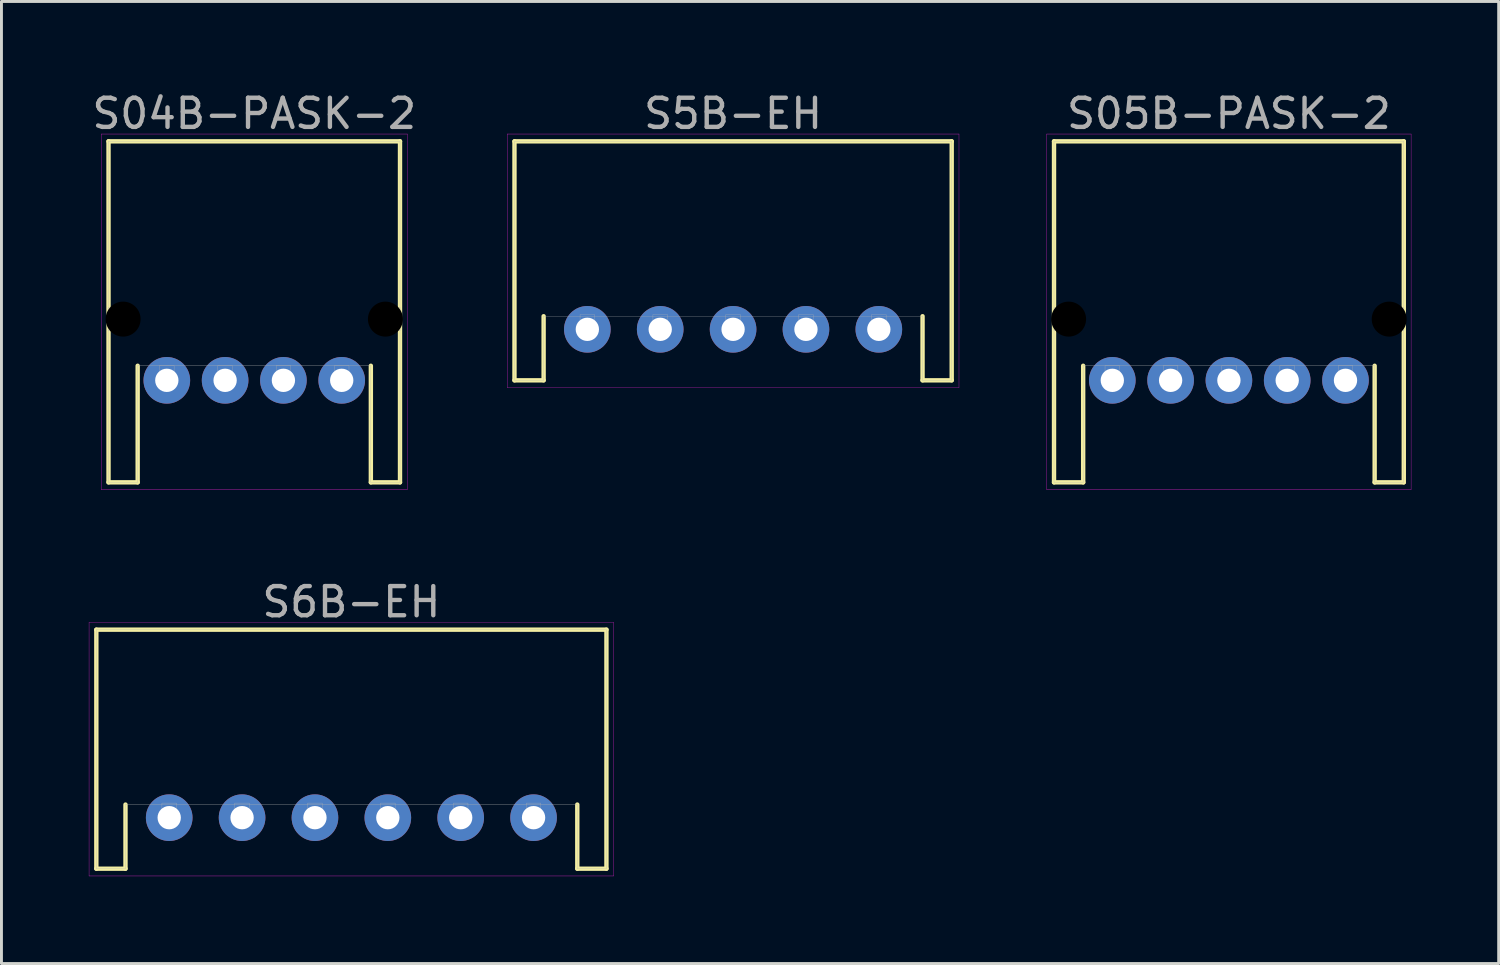
<source format=kicad_pcb>
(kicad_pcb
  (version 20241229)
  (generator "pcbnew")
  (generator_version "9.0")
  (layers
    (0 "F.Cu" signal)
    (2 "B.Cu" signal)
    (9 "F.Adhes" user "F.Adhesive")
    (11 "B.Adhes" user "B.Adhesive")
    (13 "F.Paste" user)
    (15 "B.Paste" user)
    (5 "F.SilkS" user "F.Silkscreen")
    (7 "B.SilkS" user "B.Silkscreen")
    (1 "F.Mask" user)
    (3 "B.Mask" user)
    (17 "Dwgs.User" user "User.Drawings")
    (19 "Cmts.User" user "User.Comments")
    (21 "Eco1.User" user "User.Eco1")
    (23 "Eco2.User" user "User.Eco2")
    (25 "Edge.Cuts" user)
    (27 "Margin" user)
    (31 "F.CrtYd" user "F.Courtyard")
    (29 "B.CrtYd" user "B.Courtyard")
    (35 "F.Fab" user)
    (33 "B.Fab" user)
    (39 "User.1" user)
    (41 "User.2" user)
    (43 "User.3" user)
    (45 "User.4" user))
  (footprint "S5B-EH"
    (layer "F.Cu")
    (at 22.1 8.248)
    (property "Reference" "S5B-EH" (at 0 -7.4 0) (layer "F.Fab") (effects (font (size 1 1) (thickness 0.15))))
    (attr through_hole)
    (fp_line (start -7.5 -6.45) (end -7.5 1.75) (stroke (width 0.15) (type solid)) (layer "F.SilkS"))
    (fp_line (start -7.5 -6.45) (end 7.5 -6.45) (stroke (width 0.15) (type solid)) (layer "F.SilkS"))
    (fp_line (start -7.5 1.75) (end -6.5 1.75) (stroke (width 0.15) (type solid)) (layer "F.SilkS"))
    (fp_line (start -6.5 1.75) (end -6.5 -0.45) (stroke (width 0.15) (type solid)) (layer "F.SilkS"))
    (fp_line (start 6.5 1.75) (end 6.5 -0.45) (stroke (width 0.15) (type solid)) (layer "F.SilkS"))
    (fp_line (start 7.5 -6.45) (end 7.5 1.75) (stroke (width 0.15) (type solid)) (layer "F.SilkS"))
    (fp_line (start 7.5 1.75) (end 6.5 1.75) (stroke (width 0.15) (type solid)) (layer "F.SilkS"))
    (fp_line (start -7.75 -6.7) (end 7.75 -6.7) (stroke (width 0.01) (type solid)) (layer "F.CrtYd"))
    (fp_line (start -7.75 2) (end -7.75 -6.7) (stroke (width 0.01) (type solid)) (layer "F.CrtYd"))
    (fp_line (start 7.75 -6.7) (end 7.75 2) (stroke (width 0.01) (type solid)) (layer "F.CrtYd"))
    (fp_line (start 7.75 2) (end -7.75 2) (stroke (width 0.01) (type solid)) (layer "F.CrtYd"))
    (fp_line (start -7.5 -6.45) (end -7.5 1.75) (stroke (width 0.01) (type solid)) (layer "F.Fab"))
    (fp_line (start -7.5 -6.45) (end 7.5 -6.45) (stroke (width 0.01) (type solid)) (layer "F.Fab"))
    (fp_line (start -7.5 1.75) (end -6.5 1.75) (stroke (width 0.01) (type solid)) (layer "F.Fab"))
    (fp_line (start -6.5 1.75) (end -6.5 -0.45) (stroke (width 0.01) (type solid)) (layer "F.Fab"))
    (fp_line (start -5.25 -0.5) (end -4.75 -0.5) (stroke (width 0.01) (type solid)) (layer "F.Fab"))
    (fp_line (start -5.25 -0.25) (end -4.75 -0.25) (stroke (width 0.01) (type solid)) (layer "F.Fab"))
    (fp_line (start -5.25 0.25) (end -5.25 -0.5) (stroke (width 0.01) (type solid)) (layer "F.Fab"))
    (fp_line (start -4.75 -0.5) (end -4.75 0.25) (stroke (width 0.01) (type solid)) (layer "F.Fab"))
    (fp_line (start -4.75 0.25) (end -5.25 0.25) (stroke (width 0.01) (type solid)) (layer "F.Fab"))
    (fp_line (start -2.75 -0.5) (end -2.25 -0.5) (stroke (width 0.01) (type solid)) (layer "F.Fab"))
    (fp_line (start -2.75 -0.25) (end -2.25 -0.25) (stroke (width 0.01) (type solid)) (layer "F.Fab"))
    (fp_line (start -2.75 0.25) (end -2.75 -0.5) (stroke (width 0.01) (type solid)) (layer "F.Fab"))
    (fp_line (start -2.25 -0.5) (end -2.25 0.25) (stroke (width 0.01) (type solid)) (layer "F.Fab"))
    (fp_line (start -2.25 0.25) (end -2.75 0.25) (stroke (width 0.01) (type solid)) (layer "F.Fab"))
    (fp_line (start -0.25 -0.5) (end 0.25 -0.5) (stroke (width 0.01) (type solid)) (layer "F.Fab"))
    (fp_line (start -0.25 -0.25) (end 0.25 -0.25) (stroke (width 0.01) (type solid)) (layer "F.Fab"))
    (fp_line (start -0.25 0.25) (end -0.25 -0.5) (stroke (width 0.01) (type solid)) (layer "F.Fab"))
    (fp_line (start 0.25 -0.5) (end 0.25 0.25) (stroke (width 0.01) (type solid)) (layer "F.Fab"))
    (fp_line (start 0.25 0.25) (end -0.25 0.25) (stroke (width 0.01) (type solid)) (layer "F.Fab"))
    (fp_line (start 2.25 -0.5) (end 2.75 -0.5) (stroke (width 0.01) (type solid)) (layer "F.Fab"))
    (fp_line (start 2.25 -0.25) (end 2.75 -0.25) (stroke (width 0.01) (type solid)) (layer "F.Fab"))
    (fp_line (start 2.25 0.25) (end 2.25 -0.5) (stroke (width 0.01) (type solid)) (layer "F.Fab"))
    (fp_line (start 2.75 -0.5) (end 2.75 0.25) (stroke (width 0.01) (type solid)) (layer "F.Fab"))
    (fp_line (start 2.75 0.25) (end 2.25 0.25) (stroke (width 0.01) (type solid)) (layer "F.Fab"))
    (fp_line (start 4.75 -0.5) (end 5.25 -0.5) (stroke (width 0.01) (type solid)) (layer "F.Fab"))
    (fp_line (start 4.75 -0.25) (end 5.25 -0.25) (stroke (width 0.01) (type solid)) (layer "F.Fab"))
    (fp_line (start 4.75 0.25) (end 4.75 -0.5) (stroke (width 0.01) (type solid)) (layer "F.Fab"))
    (fp_line (start 5.25 -0.5) (end 5.25 0.25) (stroke (width 0.01) (type solid)) (layer "F.Fab"))
    (fp_line (start 5.25 0.25) (end 4.75 0.25) (stroke (width 0.01) (type solid)) (layer "F.Fab"))
    (fp_line (start 6.5 -0.45) (end -6.5 -0.45) (stroke (width 0.01) (type solid)) (layer "F.Fab"))
    (fp_line (start 6.5 1.75) (end 6.5 -0.45) (stroke (width 0.01) (type solid)) (layer "F.Fab"))
    (fp_line (start 7.5 -6.45) (end 7.5 1.75) (stroke (width 0.01) (type solid)) (layer "F.Fab"))
    (fp_line (start 7.5 1.75) (end 6.5 1.75) (stroke (width 0.01) (type solid)) (layer "F.Fab"))
    (pad "1" thru_hole circle (at 5 0) (size 1.6 1.6) (drill 0.8) (layers "*.Cu" "*.Mask"))
    (pad "2" thru_hole circle (at 2.5 0) (size 1.6 1.6) (drill 0.8) (layers "*.Cu" "*.Mask"))
    (pad "3" thru_hole circle (at 0 0) (size 1.6 1.6) (drill 0.8) (layers "*.Cu" "*.Mask"))
    (pad "4" thru_hole circle (at -2.5 0) (size 1.6 1.6) (drill 0.8) (layers "*.Cu" "*.Mask"))
    (pad "5" thru_hole circle (at -5 0) (size 1.6 1.6) (drill 0.8) (layers "*.Cu" "*.Mask")))
  (footprint "S6B-EH"
    (layer "F.Cu")
    (at 9.005 25.002)
    (property "Reference" "S6B-EH" (at 0 -7.4 0) (layer "F.Fab") (effects (font (size 1 1) (thickness 0.15))))
    (attr through_hole)
    (fp_line (start -8.75 -6.45) (end -8.75 1.75) (stroke (width 0.15) (type solid)) (layer "F.SilkS"))
    (fp_line (start -8.75 -6.45) (end 8.75 -6.45) (stroke (width 0.15) (type solid)) (layer "F.SilkS"))
    (fp_line (start -8.75 1.75) (end -7.75 1.75) (stroke (width 0.15) (type solid)) (layer "F.SilkS"))
    (fp_line (start -7.75 1.75) (end -7.75 -0.45) (stroke (width 0.15) (type solid)) (layer "F.SilkS"))
    (fp_line (start 7.75 1.75) (end 7.75 -0.45) (stroke (width 0.15) (type solid)) (layer "F.SilkS"))
    (fp_line (start 8.75 -6.45) (end 8.75 1.75) (stroke (width 0.15) (type solid)) (layer "F.SilkS"))
    (fp_line (start 8.75 1.75) (end 7.75 1.75) (stroke (width 0.15) (type solid)) (layer "F.SilkS"))
    (fp_line (start -9 -6.7) (end 9 -6.7) (stroke (width 0.01) (type solid)) (layer "F.CrtYd"))
    (fp_line (start -9 2) (end -9 -6.7) (stroke (width 0.01) (type solid)) (layer "F.CrtYd"))
    (fp_line (start 9 -6.7) (end 9 2) (stroke (width 0.01) (type solid)) (layer "F.CrtYd"))
    (fp_line (start 9 2) (end -9 2) (stroke (width 0.01) (type solid)) (layer "F.CrtYd"))
    (fp_line (start -8.75 -6.45) (end -8.75 1.75) (stroke (width 0.01) (type solid)) (layer "F.Fab"))
    (fp_line (start -8.75 -6.45) (end 8.75 -6.45) (stroke (width 0.01) (type solid)) (layer "F.Fab"))
    (fp_line (start -8.75 1.75) (end -7.75 1.75) (stroke (width 0.01) (type solid)) (layer "F.Fab"))
    (fp_line (start -7.75 1.75) (end -7.75 -0.45) (stroke (width 0.01) (type solid)) (layer "F.Fab"))
    (fp_line (start -6.5 -0.5) (end -6 -0.5) (stroke (width 0.01) (type solid)) (layer "F.Fab"))
    (fp_line (start -6.5 -0.25) (end -6 -0.25) (stroke (width 0.01) (type solid)) (layer "F.Fab"))
    (fp_line (start -6.5 0.25) (end -6.5 -0.5) (stroke (width 0.01) (type solid)) (layer "F.Fab"))
    (fp_line (start -6 -0.5) (end -6 0.25) (stroke (width 0.01) (type solid)) (layer "F.Fab"))
    (fp_line (start -6 0.25) (end -6.5 0.25) (stroke (width 0.01) (type solid)) (layer "F.Fab"))
    (fp_line (start -4 -0.5) (end -3.5 -0.5) (stroke (width 0.01) (type solid)) (layer "F.Fab"))
    (fp_line (start -4 -0.25) (end -3.5 -0.25) (stroke (width 0.01) (type solid)) (layer "F.Fab"))
    (fp_line (start -4 0.25) (end -4 -0.5) (stroke (width 0.01) (type solid)) (layer "F.Fab"))
    (fp_line (start -3.5 -0.5) (end -3.5 0.25) (stroke (width 0.01) (type solid)) (layer "F.Fab"))
    (fp_line (start -3.5 0.25) (end -4 0.25) (stroke (width 0.01) (type solid)) (layer "F.Fab"))
    (fp_line (start -1.5 -0.5) (end -1 -0.5) (stroke (width 0.01) (type solid)) (layer "F.Fab"))
    (fp_line (start -1.5 -0.25) (end -1 -0.25) (stroke (width 0.01) (type solid)) (layer "F.Fab"))
    (fp_line (start -1.5 0.25) (end -1.5 -0.5) (stroke (width 0.01) (type solid)) (layer "F.Fab"))
    (fp_line (start -1 -0.5) (end -1 0.25) (stroke (width 0.01) (type solid)) (layer "F.Fab"))
    (fp_line (start -1 0.25) (end -1.5 0.25) (stroke (width 0.01) (type solid)) (layer "F.Fab"))
    (fp_line (start 1 -0.5) (end 1.5 -0.5) (stroke (width 0.01) (type solid)) (layer "F.Fab"))
    (fp_line (start 1 -0.25) (end 1.5 -0.25) (stroke (width 0.01) (type solid)) (layer "F.Fab"))
    (fp_line (start 1 0.25) (end 1 -0.5) (stroke (width 0.01) (type solid)) (layer "F.Fab"))
    (fp_line (start 1.5 -0.5) (end 1.5 0.25) (stroke (width 0.01) (type solid)) (layer "F.Fab"))
    (fp_line (start 1.5 0.25) (end 1 0.25) (stroke (width 0.01) (type solid)) (layer "F.Fab"))
    (fp_line (start 3.5 -0.5) (end 4 -0.5) (stroke (width 0.01) (type solid)) (layer "F.Fab"))
    (fp_line (start 3.5 -0.25) (end 4 -0.25) (stroke (width 0.01) (type solid)) (layer "F.Fab"))
    (fp_line (start 3.5 0.25) (end 3.5 -0.5) (stroke (width 0.01) (type solid)) (layer "F.Fab"))
    (fp_line (start 4 -0.5) (end 4 0.25) (stroke (width 0.01) (type solid)) (layer "F.Fab"))
    (fp_line (start 4 0.25) (end 3.5 0.25) (stroke (width 0.01) (type solid)) (layer "F.Fab"))
    (fp_line (start 6 -0.5) (end 6.5 -0.5) (stroke (width 0.01) (type solid)) (layer "F.Fab"))
    (fp_line (start 6 -0.25) (end 6.5 -0.25) (stroke (width 0.01) (type solid)) (layer "F.Fab"))
    (fp_line (start 6 0.25) (end 6 -0.5) (stroke (width 0.01) (type solid)) (layer "F.Fab"))
    (fp_line (start 6.5 -0.5) (end 6.5 0.25) (stroke (width 0.01) (type solid)) (layer "F.Fab"))
    (fp_line (start 6.5 0.25) (end 6 0.25) (stroke (width 0.01) (type solid)) (layer "F.Fab"))
    (fp_line (start 7.75 -0.45) (end -7.75 -0.45) (stroke (width 0.01) (type solid)) (layer "F.Fab"))
    (fp_line (start 7.75 1.75) (end 7.75 -0.45) (stroke (width 0.01) (type solid)) (layer "F.Fab"))
    (fp_line (start 8.75 -6.45) (end 8.75 1.75) (stroke (width 0.01) (type solid)) (layer "F.Fab"))
    (fp_line (start 8.75 1.75) (end 7.75 1.75) (stroke (width 0.01) (type solid)) (layer "F.Fab"))
    (pad "1" thru_hole circle (at 6.25 0) (size 1.6 1.6) (drill 0.8) (layers "*.Cu" "*.Mask"))
    (pad "2" thru_hole circle (at 3.75 0) (size 1.6 1.6) (drill 0.8) (layers "*.Cu" "*.Mask"))
    (pad "3" thru_hole circle (at 1.25 0) (size 1.6 1.6) (drill 0.8) (layers "*.Cu" "*.Mask"))
    (pad "4" thru_hole circle (at -1.25 0) (size 1.6 1.6) (drill 0.8) (layers "*.Cu" "*.Mask"))
    (pad "5" thru_hole circle (at -3.75 0) (size 1.6 1.6) (drill 0.8) (layers "*.Cu" "*.Mask"))
    (pad "6" thru_hole circle (at -6.25 0) (size 1.6 1.6) (drill 0.8) (layers "*.Cu" "*.Mask")))
  (footprint "S05B-PASK-2"
    (layer "F.Cu")
    (at 39.11 9.998)
    (property "Reference" "S05B-PASK-2" (at 0 -9.15 0) (layer "F.Fab") (effects (font (size 1 1) (thickness 0.15))))
    (attr through_hole)
    (fp_line (start -6 -8.2) (end -6 3.5) (stroke (width 0.15) (type solid)) (layer "F.SilkS"))
    (fp_line (start -6 -8.2) (end 6 -8.2) (stroke (width 0.15) (type solid)) (layer "F.SilkS"))
    (fp_line (start -6 3.5) (end -5 3.5) (stroke (width 0.15) (type solid)) (layer "F.SilkS"))
    (fp_line (start -5 3.5) (end -5 -0.5) (stroke (width 0.15) (type solid)) (layer "F.SilkS"))
    (fp_line (start 5 3.5) (end 5 -0.5) (stroke (width 0.15) (type solid)) (layer "F.SilkS"))
    (fp_line (start 6 -8.2) (end 6 3.5) (stroke (width 0.15) (type solid)) (layer "F.SilkS"))
    (fp_line (start 6 3.5) (end 5 3.5) (stroke (width 0.15) (type solid)) (layer "F.SilkS"))
    (fp_line (start -6.25 -8.45) (end 6.25 -8.45) (stroke (width 0.01) (type solid)) (layer "F.CrtYd"))
    (fp_line (start -6.25 3.75) (end -6.25 -8.45) (stroke (width 0.01) (type solid)) (layer "F.CrtYd"))
    (fp_line (start 6.25 -8.45) (end 6.25 3.75) (stroke (width 0.01) (type solid)) (layer "F.CrtYd"))
    (fp_line (start 6.25 3.75) (end -6.25 3.75) (stroke (width 0.01) (type solid)) (layer "F.CrtYd"))
    (fp_line (start -6 -8.2) (end -6 3.5) (stroke (width 0.01) (type solid)) (layer "F.Fab"))
    (fp_line (start -6 -8.2) (end 6 -8.2) (stroke (width 0.01) (type solid)) (layer "F.Fab"))
    (fp_line (start -6 -2.5) (end -5.4 -2.5) (stroke (width 0.01) (type solid)) (layer "F.Fab"))
    (fp_line (start -6 -1.7) (end -6 -2.5) (stroke (width 0.01) (type solid)) (layer "F.Fab"))
    (fp_line (start -6 3.5) (end -5 3.5) (stroke (width 0.01) (type solid)) (layer "F.Fab"))
    (fp_line (start -5.4 -2.5) (end -5.4 -1.7) (stroke (width 0.01) (type solid)) (layer "F.Fab"))
    (fp_line (start -5.4 -1.7) (end -6 -1.7) (stroke (width 0.01) (type solid)) (layer "F.Fab"))
    (fp_line (start -5 3.5) (end -5 -0.5) (stroke (width 0.01) (type solid)) (layer "F.Fab"))
    (fp_line (start -4.25 -0.5) (end -3.75 -0.5) (stroke (width 0.01) (type solid)) (layer "F.Fab"))
    (fp_line (start -4.25 -0.25) (end -3.75 -0.25) (stroke (width 0.01) (type solid)) (layer "F.Fab"))
    (fp_line (start -4.25 0.25) (end -4.25 -0.5) (stroke (width 0.01) (type solid)) (layer "F.Fab"))
    (fp_line (start -3.75 -0.5) (end -3.75 0.25) (stroke (width 0.01) (type solid)) (layer "F.Fab"))
    (fp_line (start -3.75 0.25) (end -4.25 0.25) (stroke (width 0.01) (type solid)) (layer "F.Fab"))
    (fp_line (start -2.25 -0.5) (end -1.75 -0.5) (stroke (width 0.01) (type solid)) (layer "F.Fab"))
    (fp_line (start -2.25 -0.25) (end -1.75 -0.25) (stroke (width 0.01) (type solid)) (layer "F.Fab"))
    (fp_line (start -2.25 0.25) (end -2.25 -0.5) (stroke (width 0.01) (type solid)) (layer "F.Fab"))
    (fp_line (start -1.75 -0.5) (end -1.75 0.25) (stroke (width 0.01) (type solid)) (layer "F.Fab"))
    (fp_line (start -1.75 0.25) (end -2.25 0.25) (stroke (width 0.01) (type solid)) (layer "F.Fab"))
    (fp_line (start -0.25 -0.5) (end 0.25 -0.5) (stroke (width 0.01) (type solid)) (layer "F.Fab"))
    (fp_line (start -0.25 -0.25) (end 0.25 -0.25) (stroke (width 0.01) (type solid)) (layer "F.Fab"))
    (fp_line (start -0.25 0.25) (end -0.25 -0.5) (stroke (width 0.01) (type solid)) (layer "F.Fab"))
    (fp_line (start 0.25 -0.5) (end 0.25 0.25) (stroke (width 0.01) (type solid)) (layer "F.Fab"))
    (fp_line (start 0.25 0.25) (end -0.25 0.25) (stroke (width 0.01) (type solid)) (layer "F.Fab"))
    (fp_line (start 1.75 -0.5) (end 2.25 -0.5) (stroke (width 0.01) (type solid)) (layer "F.Fab"))
    (fp_line (start 1.75 -0.25) (end 2.25 -0.25) (stroke (width 0.01) (type solid)) (layer "F.Fab"))
    (fp_line (start 1.75 0.25) (end 1.75 -0.5) (stroke (width 0.01) (type solid)) (layer "F.Fab"))
    (fp_line (start 2.25 -0.5) (end 2.25 0.25) (stroke (width 0.01) (type solid)) (layer "F.Fab"))
    (fp_line (start 2.25 0.25) (end 1.75 0.25) (stroke (width 0.01) (type solid)) (layer "F.Fab"))
    (fp_line (start 3.75 -0.5) (end 4.25 -0.5) (stroke (width 0.01) (type solid)) (layer "F.Fab"))
    (fp_line (start 3.75 -0.25) (end 4.25 -0.25) (stroke (width 0.01) (type solid)) (layer "F.Fab"))
    (fp_line (start 3.75 0.25) (end 3.75 -0.5) (stroke (width 0.01) (type solid)) (layer "F.Fab"))
    (fp_line (start 4.25 -0.5) (end 4.25 0.25) (stroke (width 0.01) (type solid)) (layer "F.Fab"))
    (fp_line (start 4.25 0.25) (end 3.75 0.25) (stroke (width 0.01) (type solid)) (layer "F.Fab"))
    (fp_line (start 5 -0.5) (end -5 -0.5) (stroke (width 0.01) (type solid)) (layer "F.Fab"))
    (fp_line (start 5 3.5) (end 5 -0.5) (stroke (width 0.01) (type solid)) (layer "F.Fab"))
    (fp_line (start 5.4 -2.5) (end 6 -2.5) (stroke (width 0.01) (type solid)) (layer "F.Fab"))
    (fp_line (start 5.4 -1.7) (end 5.4 -2.5) (stroke (width 0.01) (type solid)) (layer "F.Fab"))
    (fp_line (start 6 -8.2) (end 6 3.5) (stroke (width 0.01) (type solid)) (layer "F.Fab"))
    (fp_line (start 6 -2.5) (end 6 -1.7) (stroke (width 0.01) (type solid)) (layer "F.Fab"))
    (fp_line (start 6 -1.7) (end 5.4 -1.7) (stroke (width 0.01) (type solid)) (layer "F.Fab"))
    (fp_line (start 6 3.5) (end 5 3.5) (stroke (width 0.01) (type solid)) (layer "F.Fab"))
    (pad "" np_thru_hole circle (at -5.5 -2.1) (size 1.2 1.2) (drill 1.2) (layers "*.Mask"))
    (pad "" np_thru_hole circle (at 5.5 -2.1) (size 1.2 1.2) (drill 1.2) (layers "*.Mask"))
    (pad "1" thru_hole circle (at 4 0) (size 1.6 1.6) (drill 0.8) (layers "*.Cu" "*.Mask"))
    (pad "2" thru_hole circle (at 2 0) (size 1.6 1.6) (drill 0.8) (layers "*.Cu" "*.Mask"))
    (pad "3" thru_hole circle (at 0 0) (size 1.6 1.6) (drill 0.8) (layers "*.Cu" "*.Mask"))
    (pad "4" thru_hole circle (at -2 0) (size 1.6 1.6) (drill 0.8) (layers "*.Cu" "*.Mask"))
    (pad "5" thru_hole circle (at -4 0) (size 1.6 1.6) (drill 0.8) (layers "*.Cu" "*.Mask")))
  (footprint "S04B-PASK-2"
    (layer "F.Cu")
    (at 5.673 9.998)
    (property "Reference" "S04B-PASK-2" (at 0 -9.15 0) (layer "F.Fab") (effects (font (size 1 1) (thickness 0.15))))
    (attr through_hole)
    (fp_line (start -5 -8.2) (end -5 3.5) (stroke (width 0.15) (type solid)) (layer "F.SilkS"))
    (fp_line (start -5 -8.2) (end 5 -8.2) (stroke (width 0.15) (type solid)) (layer "F.SilkS"))
    (fp_line (start -5 3.5) (end -4 3.5) (stroke (width 0.15) (type solid)) (layer "F.SilkS"))
    (fp_line (start -4 3.5) (end -4 -0.5) (stroke (width 0.15) (type solid)) (layer "F.SilkS"))
    (fp_line (start 4 3.5) (end 4 -0.5) (stroke (width 0.15) (type solid)) (layer "F.SilkS"))
    (fp_line (start 5 -8.2) (end 5 3.5) (stroke (width 0.15) (type solid)) (layer "F.SilkS"))
    (fp_line (start 5 3.5) (end 4 3.5) (stroke (width 0.15) (type solid)) (layer "F.SilkS"))
    (fp_line (start -5.25 -8.45) (end 5.25 -8.45) (stroke (width 0.01) (type solid)) (layer "F.CrtYd"))
    (fp_line (start -5.25 3.75) (end -5.25 -8.45) (stroke (width 0.01) (type solid)) (layer "F.CrtYd"))
    (fp_line (start 5.25 -8.45) (end 5.25 3.75) (stroke (width 0.01) (type solid)) (layer "F.CrtYd"))
    (fp_line (start 5.25 3.75) (end -5.25 3.75) (stroke (width 0.01) (type solid)) (layer "F.CrtYd"))
    (fp_line (start -5 -8.2) (end -5 3.5) (stroke (width 0.01) (type solid)) (layer "F.Fab"))
    (fp_line (start -5 -8.2) (end 5 -8.2) (stroke (width 0.01) (type solid)) (layer "F.Fab"))
    (fp_line (start -5 -2.5) (end -4.4 -2.5) (stroke (width 0.01) (type solid)) (layer "F.Fab"))
    (fp_line (start -5 -1.7) (end -5 -2.5) (stroke (width 0.01) (type solid)) (layer "F.Fab"))
    (fp_line (start -5 3.5) (end -4 3.5) (stroke (width 0.01) (type solid)) (layer "F.Fab"))
    (fp_line (start -4.4 -2.5) (end -4.4 -1.7) (stroke (width 0.01) (type solid)) (layer "F.Fab"))
    (fp_line (start -4.4 -1.7) (end -5 -1.7) (stroke (width 0.01) (type solid)) (layer "F.Fab"))
    (fp_line (start -4 3.5) (end -4 -0.5) (stroke (width 0.01) (type solid)) (layer "F.Fab"))
    (fp_line (start -3.25 -0.5) (end -2.75 -0.5) (stroke (width 0.01) (type solid)) (layer "F.Fab"))
    (fp_line (start -3.25 -0.25) (end -2.75 -0.25) (stroke (width 0.01) (type solid)) (layer "F.Fab"))
    (fp_line (start -3.25 0.25) (end -3.25 -0.5) (stroke (width 0.01) (type solid)) (layer "F.Fab"))
    (fp_line (start -2.75 -0.5) (end -2.75 0.25) (stroke (width 0.01) (type solid)) (layer "F.Fab"))
    (fp_line (start -2.75 0.25) (end -3.25 0.25) (stroke (width 0.01) (type solid)) (layer "F.Fab"))
    (fp_line (start -1.25 -0.5) (end -0.75 -0.5) (stroke (width 0.01) (type solid)) (layer "F.Fab"))
    (fp_line (start -1.25 -0.25) (end -0.75 -0.25) (stroke (width 0.01) (type solid)) (layer "F.Fab"))
    (fp_line (start -1.25 0.25) (end -1.25 -0.5) (stroke (width 0.01) (type solid)) (layer "F.Fab"))
    (fp_line (start -0.75 -0.5) (end -0.75 0.25) (stroke (width 0.01) (type solid)) (layer "F.Fab"))
    (fp_line (start -0.75 0.25) (end -1.25 0.25) (stroke (width 0.01) (type solid)) (layer "F.Fab"))
    (fp_line (start 0.75 -0.5) (end 1.25 -0.5) (stroke (width 0.01) (type solid)) (layer "F.Fab"))
    (fp_line (start 0.75 -0.25) (end 1.25 -0.25) (stroke (width 0.01) (type solid)) (layer "F.Fab"))
    (fp_line (start 0.75 0.25) (end 0.75 -0.5) (stroke (width 0.01) (type solid)) (layer "F.Fab"))
    (fp_line (start 1.25 -0.5) (end 1.25 0.25) (stroke (width 0.01) (type solid)) (layer "F.Fab"))
    (fp_line (start 1.25 0.25) (end 0.75 0.25) (stroke (width 0.01) (type solid)) (layer "F.Fab"))
    (fp_line (start 2.75 -0.5) (end 3.25 -0.5) (stroke (width 0.01) (type solid)) (layer "F.Fab"))
    (fp_line (start 2.75 -0.25) (end 3.25 -0.25) (stroke (width 0.01) (type solid)) (layer "F.Fab"))
    (fp_line (start 2.75 0.25) (end 2.75 -0.5) (stroke (width 0.01) (type solid)) (layer "F.Fab"))
    (fp_line (start 3.25 -0.5) (end 3.25 0.25) (stroke (width 0.01) (type solid)) (layer "F.Fab"))
    (fp_line (start 3.25 0.25) (end 2.75 0.25) (stroke (width 0.01) (type solid)) (layer "F.Fab"))
    (fp_line (start 4 -0.5) (end -4 -0.5) (stroke (width 0.01) (type solid)) (layer "F.Fab"))
    (fp_line (start 4 3.5) (end 4 -0.5) (stroke (width 0.01) (type solid)) (layer "F.Fab"))
    (fp_line (start 4.4 -2.5) (end 5 -2.5) (stroke (width 0.01) (type solid)) (layer "F.Fab"))
    (fp_line (start 4.4 -1.7) (end 4.4 -2.5) (stroke (width 0.01) (type solid)) (layer "F.Fab"))
    (fp_line (start 5 -8.2) (end 5 3.5) (stroke (width 0.01) (type solid)) (layer "F.Fab"))
    (fp_line (start 5 -2.5) (end 5 -1.7) (stroke (width 0.01) (type solid)) (layer "F.Fab"))
    (fp_line (start 5 -1.7) (end 4.4 -1.7) (stroke (width 0.01) (type solid)) (layer "F.Fab"))
    (fp_line (start 5 3.5) (end 4 3.5) (stroke (width 0.01) (type solid)) (layer "F.Fab"))
    (pad "" np_thru_hole circle (at -4.5 -2.1) (size 1.2 1.2) (drill 1.2) (layers "*.Mask"))
    (pad "" np_thru_hole circle (at 4.5 -2.1) (size 1.2 1.2) (drill 1.2) (layers "*.Mask"))
    (pad "1" thru_hole circle (at 3 0) (size 1.6 1.6) (drill 0.8) (layers "*.Cu" "*.Mask"))
    (pad "2" thru_hole circle (at 1 0) (size 1.6 1.6) (drill 0.8) (layers "*.Cu" "*.Mask"))
    (pad "3" thru_hole circle (at -1 0) (size 1.6 1.6) (drill 0.8) (layers "*.Cu" "*.Mask"))
    (pad "4" thru_hole circle (at -3 0) (size 1.6 1.6) (drill 0.8) (layers "*.Cu" "*.Mask")))
  (gr_rect
    (start -3 -3)
    (end 48.365 30.006)
    (stroke (width 0.1) (type default))
    (fill no)
    (layer "Edge.Cuts")))
</source>
